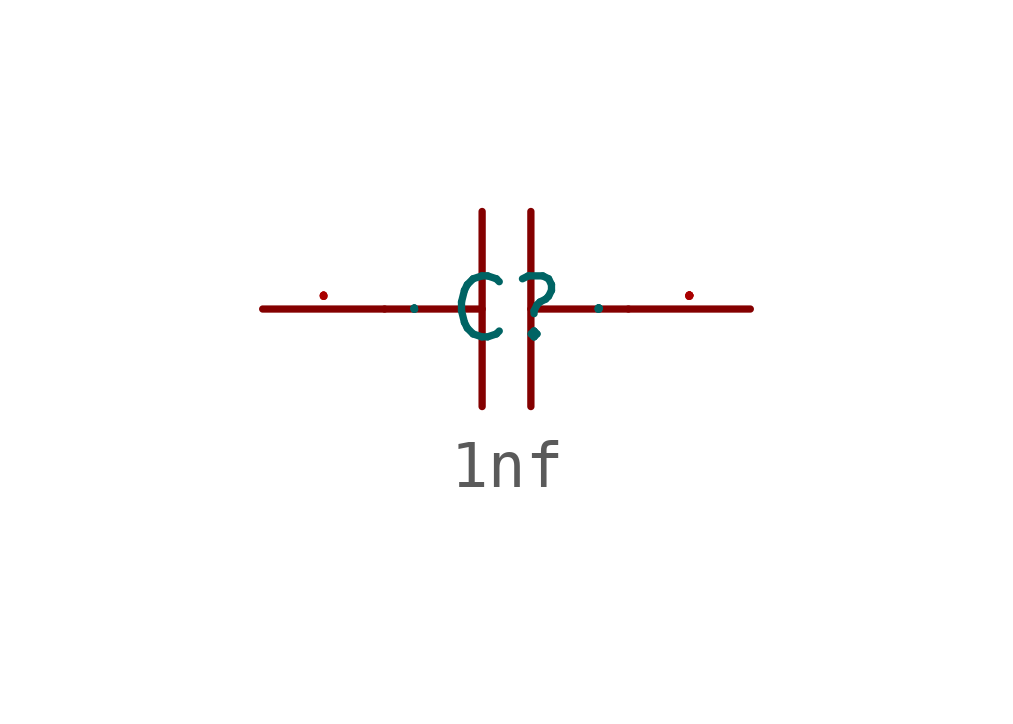
<source format=kicad_sym>
(kicad_symbol_lib
  (version 20231120)
  (generator "kicad_symbol_editor")
  (generator_version "8.0")
  (symbol "1nf"
    (property "Reference" "C"
      (at 0 0 0)
      (effects (font (size 1.27 1.27))))
    (property "Value" ""
      (at 0 0 0)
      (effects (font (size 1.27 1.27))))
    (symbol "1nf_1_0"
      (polyline (pts (xy -0.508 -2.032) (xy -0.508 2.032)) (stroke (width 0) (type default)) (fill (type none)))
      (polyline (pts (xy -0.508 0) (xy -2.54 0)) (stroke (width 0) (type default)) (fill (type none)))
      (polyline (pts (xy 0.508 2.032) (xy 0.508 -2.032)) (stroke (width 0) (type default)) (fill (type none)))
      (polyline (pts (xy 2.54 0) (xy 0.508 0)) (stroke (width 0) (type default)) (fill (type none)))
      (pin unspecified line (at -5.08 0 0) (length 2.54) (name "1" (effects (font (size 0.025 0.025)))) (number "1" (effects (font (size 0.025 0.025)))))
      (pin unspecified line (at 5.08 0 180) (length 2.54) (name "2" (effects (font (size 0.025 0.025)))) (number "2" (effects (font (size 0.025 0.025))))))))
</source>
